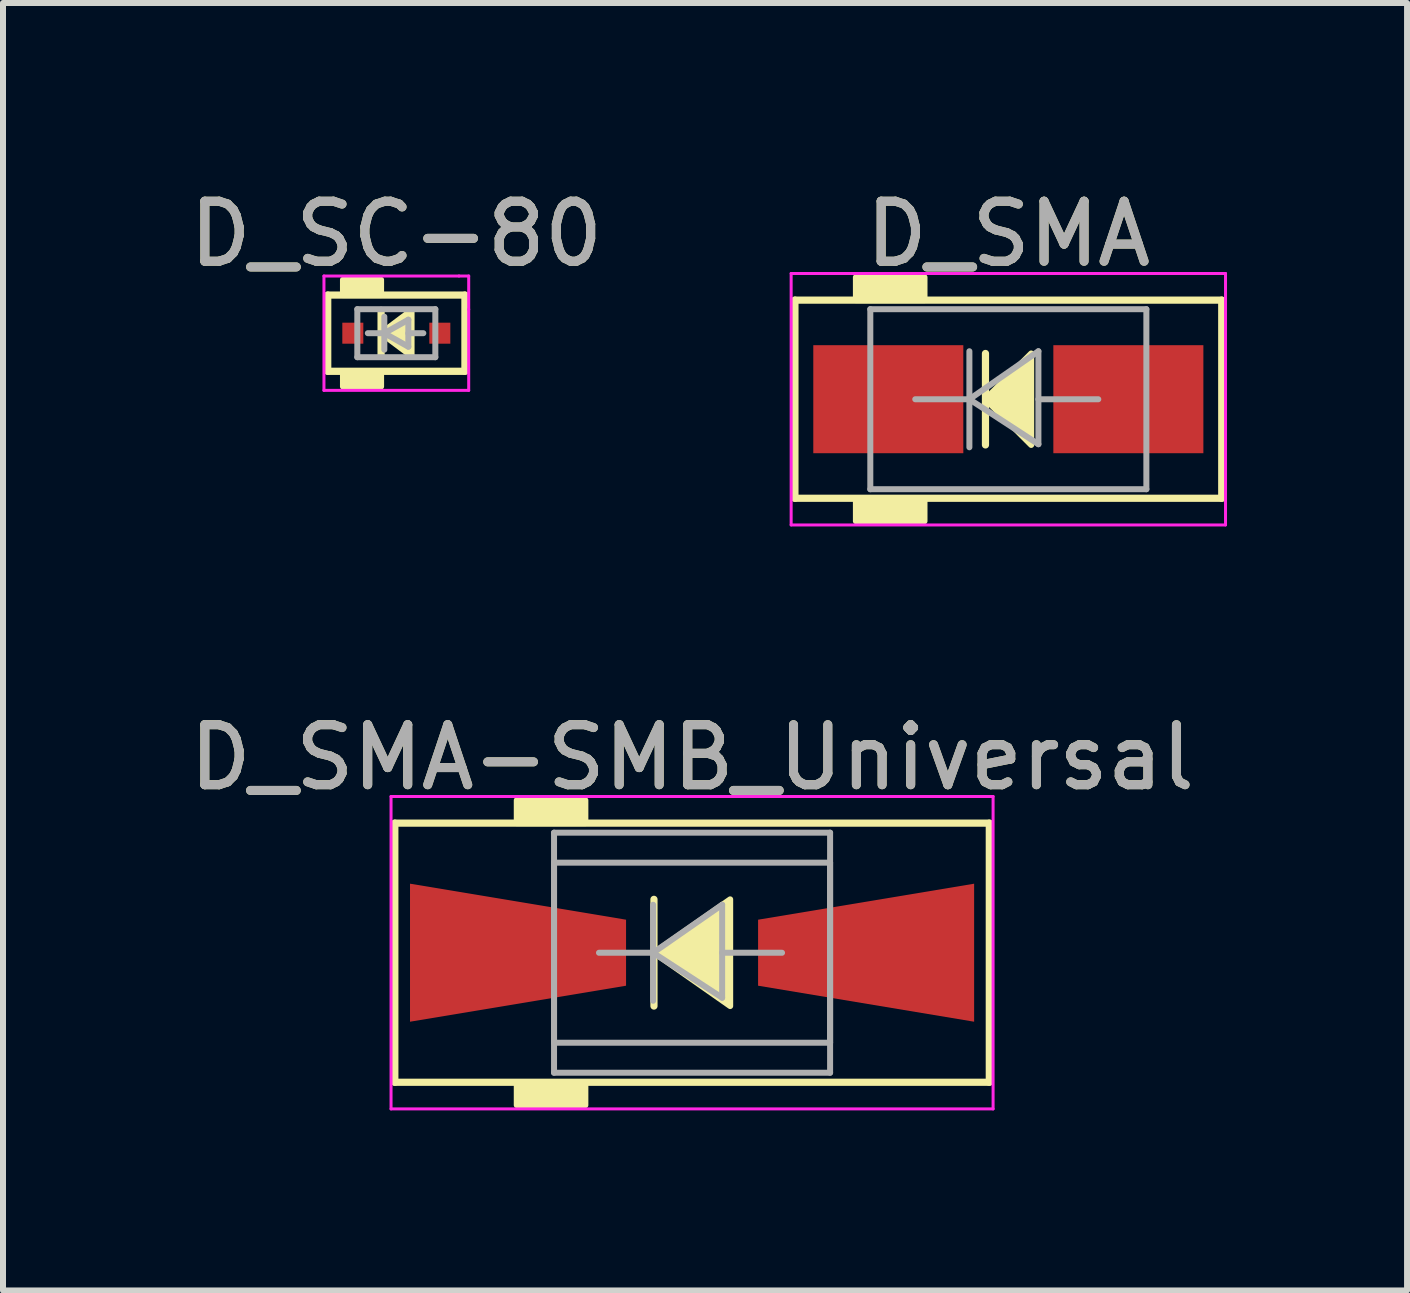
<source format=kicad_pcb>
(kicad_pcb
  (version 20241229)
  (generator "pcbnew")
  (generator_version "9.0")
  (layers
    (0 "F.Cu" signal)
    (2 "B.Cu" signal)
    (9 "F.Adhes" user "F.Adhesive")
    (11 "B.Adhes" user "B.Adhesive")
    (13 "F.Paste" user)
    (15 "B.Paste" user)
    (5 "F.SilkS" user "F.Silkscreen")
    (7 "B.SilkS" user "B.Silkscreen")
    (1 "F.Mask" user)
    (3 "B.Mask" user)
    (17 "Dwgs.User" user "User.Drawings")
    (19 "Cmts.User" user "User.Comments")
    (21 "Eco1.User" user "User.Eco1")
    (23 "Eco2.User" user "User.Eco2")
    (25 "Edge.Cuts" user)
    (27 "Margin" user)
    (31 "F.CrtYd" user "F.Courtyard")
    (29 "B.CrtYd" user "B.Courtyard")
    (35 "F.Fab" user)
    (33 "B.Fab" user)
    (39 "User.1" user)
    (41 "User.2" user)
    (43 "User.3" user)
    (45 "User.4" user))
  (footprint "D_SMA"
    (layer "F.Cu")
    (at 13.752 3.602)
    (property "Reference" "D_SMA" (at 0 -2.754 0) (layer "F.SilkS") (effects (font (size 1 1) (thickness 0.15))))
    (attr smd)
    (fp_line (start -3.556 -1.651) (end -3.556 1.651) (stroke (width 0.12) (type solid)) (layer "F.SilkS"))
    (fp_line (start -3.556 1.651) (end 3.556 1.651) (stroke (width 0.12) (type solid)) (layer "F.SilkS"))
    (fp_line (start -0.381 -0.762) (end -0.381 0.762) (stroke (width 0.12) (type solid)) (layer "F.SilkS"))
    (fp_line (start 3.556 -1.651) (end -3.556 -1.651) (stroke (width 0.12) (type solid)) (layer "F.SilkS"))
    (fp_line (start 3.556 1.651) (end 3.556 -1.651) (stroke (width 0.12) (type solid)) (layer "F.SilkS"))
    (fp_poly (pts (xy 0.381 0.762) (xy -0.381 0) (xy 0.381 -0.762)) (stroke (width 0.1) (type solid)) (fill yes) (layer "F.SilkS"))
    (fp_poly (pts (xy -1.397 -1.651) (xy -2.54 -1.651) (xy -2.54 -2.032) (xy -1.397 -2.032)) (stroke (width 0.1) (type solid)) (fill yes) (layer "F.SilkS"))
    (fp_poly (pts (xy -1.397 2.032) (xy -2.54 2.032) (xy -2.54 1.651) (xy -1.397 1.651)) (stroke (width 0.1) (type solid)) (fill yes) (layer "F.SilkS"))
    (fp_line (start -3.619 -2.095) (end 3.619 -2.095) (stroke (width 0.05) (type solid)) (layer "F.CrtYd"))
    (fp_line (start -3.619 2.095) (end -3.619 -2.095) (stroke (width 0.05) (type solid)) (layer "F.CrtYd"))
    (fp_line (start 3.619 -2.095) (end 3.619 2.095) (stroke (width 0.05) (type solid)) (layer "F.CrtYd"))
    (fp_line (start 3.619 2.095) (end -3.619 2.095) (stroke (width 0.05) (type solid)) (layer "F.CrtYd"))
    (fp_line (start -2.3 1.5) (end -2.3 -1.5) (stroke (width 0.1) (type solid)) (layer "F.Fab"))
    (fp_line (start -0.649 -0.799) (end -0.649 0.801) (stroke (width 0.1) (type solid)) (layer "F.Fab"))
    (fp_line (start -0.649 0.001) (end -1.551 0.001) (stroke (width 0.1) (type solid)) (layer "F.Fab"))
    (fp_line (start -0.649 0.001) (end 0.501 -0.799) (stroke (width 0.1) (type solid)) (layer "F.Fab"))
    (fp_line (start -0.649 0.001) (end 0.501 0.75) (stroke (width 0.1) (type solid)) (layer "F.Fab"))
    (fp_line (start 0.501 0.001) (end 1.499 0.001) (stroke (width 0.1) (type solid)) (layer "F.Fab"))
    (fp_line (start 0.501 0.75) (end 0.501 -0.799) (stroke (width 0.1) (type solid)) (layer "F.Fab"))
    (fp_line (start 2.3 -1.5) (end -2.3 -1.5) (stroke (width 0.1) (type solid)) (layer "F.Fab"))
    (fp_line (start 2.3 -1.5) (end 2.3 1.5) (stroke (width 0.1) (type solid)) (layer "F.Fab"))
    (fp_line (start 2.3 1.5) (end -2.3 1.5) (stroke (width 0.1) (type solid)) (layer "F.Fab"))
    (fp_text user "${REFERENCE}" (at 0 -2.754 0) (layer "F.Fab") (effects (font (size 1 1) (thickness 0.15))))
    (pad "1" smd rect (at -2 0) (size 2.5 1.8) (layers "F.Cu" "F.Mask" "F.Paste"))
    (pad "2" smd rect (at 2 0) (size 2.5 1.8) (layers "F.Cu" "F.Mask" "F.Paste")))
  (footprint "D_SC-80"
    (layer "F.Cu")
    (at 3.554 2.502)
    (property "Reference" "D_SC-80" (at 0 -1.654 0) (layer "F.SilkS") (effects (font (size 1 1) (thickness 0.15))))
    (attr smd)
    (fp_line (start -1.143 -0.635) (end 1.143 -0.635) (stroke (width 0.12) (type solid)) (layer "F.SilkS"))
    (fp_line (start -1.143 0.635) (end -1.143 -0.635) (stroke (width 0.12) (type solid)) (layer "F.SilkS"))
    (fp_line (start -0.254 -0.381) (end -0.254 0.381) (stroke (width 0.12) (type solid)) (layer "F.SilkS"))
    (fp_line (start 1.143 -0.635) (end 1.143 0.635) (stroke (width 0.12) (type solid)) (layer "F.SilkS"))
    (fp_line (start 1.143 0.635) (end -1.143 0.635) (stroke (width 0.12) (type solid)) (layer "F.SilkS"))
    (fp_poly (pts (xy 0.254 0.381) (xy -0.254 0) (xy 0.254 -0.381)) (stroke (width 0.1) (type solid)) (fill yes) (layer "F.SilkS"))
    (fp_poly (pts (xy -0.254 -0.635) (xy -0.889 -0.635) (xy -0.889 -0.889) (xy -0.254 -0.889)) (stroke (width 0.1) (type solid)) (fill yes) (layer "F.SilkS"))
    (fp_poly (pts (xy -0.254 0.889) (xy -0.889 0.889) (xy -0.889 0.635) (xy -0.254 0.635)) (stroke (width 0.1) (type solid)) (fill yes) (layer "F.SilkS"))
    (fp_line (start -1.206 -0.953) (end 1.044 -0.953) (stroke (width 0.05) (type solid)) (layer "F.CrtYd"))
    (fp_line (start -1.206 0.953) (end -1.206 -0.953) (stroke (width 0.05) (type solid)) (layer "F.CrtYd"))
    (fp_line (start 1.044 -0.953) (end 1.206 -0.953) (stroke (width 0.05) (type solid)) (layer "F.CrtYd"))
    (fp_line (start 1.206 -0.953) (end 1.206 -0.395) (stroke (width 0.05) (type solid)) (layer "F.CrtYd"))
    (fp_line (start 1.206 -0.398) (end 1.206 0.953) (stroke (width 0.05) (type solid)) (layer "F.CrtYd"))
    (fp_line (start 1.206 0.953) (end -1.206 0.953) (stroke (width 0.05) (type solid)) (layer "F.CrtYd"))
    (fp_line (start -0.65 -0.4) (end 0.65 -0.4) (stroke (width 0.1) (type solid)) (layer "F.Fab"))
    (fp_line (start -0.65 0.4) (end -0.65 -0.4) (stroke (width 0.1) (type solid)) (layer "F.Fab"))
    (fp_line (start -0.2 -0.275) (end -0.2 0.275) (stroke (width 0.1) (type solid)) (layer "F.Fab"))
    (fp_line (start -0.2 0) (end -0.475 0) (stroke (width 0.1) (type solid)) (layer "F.Fab"))
    (fp_line (start -0.2 0) (end 0.2 -0.225) (stroke (width 0.1) (type solid)) (layer "F.Fab"))
    (fp_line (start 0.2 -0.225) (end 0.2 0.225) (stroke (width 0.1) (type solid)) (layer "F.Fab"))
    (fp_line (start 0.2 0) (end 0.45 0) (stroke (width 0.1) (type solid)) (layer "F.Fab"))
    (fp_line (start 0.2 0.225) (end -0.2 0) (stroke (width 0.1) (type solid)) (layer "F.Fab"))
    (fp_line (start 0.65 -0.4) (end 0.65 0.4) (stroke (width 0.1) (type solid)) (layer "F.Fab"))
    (fp_line (start 0.65 0.4) (end -0.65 0.4) (stroke (width 0.1) (type solid)) (layer "F.Fab"))
    (fp_text user "${REFERENCE}" (at 0 -1.654 0) (layer "F.Fab") (effects (font (size 1 1) (thickness 0.15))))
    (pad "1" smd rect (at -0.725 0) (size 0.35 0.35) (layers "F.Cu" "F.Mask" "F.Paste"))
    (pad "2" smd rect (at 0.725 0) (size 0.35 0.35) (layers "F.Cu" "F.Mask" "F.Paste")))
  (footprint "D_SMA-SMB_Universal"
    (layer "F.Cu")
    (at 8.482 12.825)
    (property "Reference" "D_SMA-SMB_Universal" (at 0 -3.254 0) (layer "F.SilkS") (effects (font (size 1 1) (thickness 0.15))))
    (attr smd)
    (fp_line (start -4.953 -2.159) (end -4.953 2.159) (stroke (width 0.12) (type solid)) (layer "F.SilkS"))
    (fp_line (start -4.953 2.159) (end 4.953 2.159) (stroke (width 0.12) (type solid)) (layer "F.SilkS"))
    (fp_line (start -0.635 -0.889) (end -0.635 0.889) (stroke (width 0.12) (type solid)) (layer "F.SilkS"))
    (fp_line (start 4.953 -2.159) (end -4.953 -2.159) (stroke (width 0.12) (type solid)) (layer "F.SilkS"))
    (fp_line (start 4.953 2.159) (end 4.953 -2.159) (stroke (width 0.12) (type solid)) (layer "F.SilkS"))
    (fp_poly (pts (xy 0.635 0.889) (xy -0.635 0) (xy 0.635 -0.889)) (stroke (width 0.1) (type solid)) (fill yes) (layer "F.SilkS"))
    (fp_poly (pts (xy -1.778 -2.159) (xy -2.921 -2.159) (xy -2.921 -2.54) (xy -1.778 -2.54)) (stroke (width 0.1) (type solid)) (fill yes) (layer "F.SilkS"))
    (fp_poly (pts (xy -1.778 2.54) (xy -2.921 2.54) (xy -2.921 2.159) (xy -1.778 2.159)) (stroke (width 0.1) (type solid)) (fill yes) (layer "F.SilkS"))
    (fp_line (start -5.016 -2.603) (end 5.016 -2.603) (stroke (width 0.05) (type solid)) (layer "F.CrtYd"))
    (fp_line (start -5.016 2.603) (end -5.016 -2.603) (stroke (width 0.05) (type solid)) (layer "F.CrtYd"))
    (fp_line (start 5.016 -2.603) (end 5.016 2.603) (stroke (width 0.05) (type solid)) (layer "F.CrtYd"))
    (fp_line (start 5.016 2.603) (end -5.016 2.603) (stroke (width 0.05) (type solid)) (layer "F.CrtYd"))
    (fp_line (start -2.3 1.5) (end -2.3 -1.5) (stroke (width 0.1) (type solid)) (layer "F.Fab"))
    (fp_line (start -2.3 2) (end -2.3 -2) (stroke (width 0.1) (type solid)) (layer "F.Fab"))
    (fp_line (start -0.649 -0.799) (end -0.649 0.801) (stroke (width 0.1) (type solid)) (layer "F.Fab"))
    (fp_line (start -0.649 0.001) (end -1.551 0.001) (stroke (width 0.1) (type solid)) (layer "F.Fab"))
    (fp_line (start -0.649 0.001) (end 0.501 -0.799) (stroke (width 0.1) (type solid)) (layer "F.Fab"))
    (fp_line (start -0.649 0.001) (end 0.501 0.75) (stroke (width 0.1) (type solid)) (layer "F.Fab"))
    (fp_line (start 0.501 0.001) (end 1.499 0.001) (stroke (width 0.1) (type solid)) (layer "F.Fab"))
    (fp_line (start 0.501 0.75) (end 0.501 -0.799) (stroke (width 0.1) (type solid)) (layer "F.Fab"))
    (fp_line (start 2.3 -2) (end -2.3 -2) (stroke (width 0.1) (type solid)) (layer "F.Fab"))
    (fp_line (start 2.3 -2) (end 2.3 2) (stroke (width 0.1) (type solid)) (layer "F.Fab"))
    (fp_line (start 2.3 -1.5) (end -2.3 -1.5) (stroke (width 0.1) (type solid)) (layer "F.Fab"))
    (fp_line (start 2.3 -1.5) (end 2.3 1.5) (stroke (width 0.1) (type solid)) (layer "F.Fab"))
    (fp_line (start 2.3 1.5) (end -2.3 1.5) (stroke (width 0.1) (type solid)) (layer "F.Fab"))
    (fp_line (start 2.3 2) (end -2.3 2) (stroke (width 0.1) (type solid)) (layer "F.Fab"))
    (fp_text user "${REFERENCE}" (at 0 -3.254 0) (layer "F.Fab") (effects (font (size 1 1) (thickness 0.15))))
    (pad "1" smd trapezoid (at -2.9 0) (size 3.6 1.7) (rect_delta 0.6 0) (layers "F.Cu" "F.Mask" "F.Paste"))
    (pad "2" smd trapezoid (at 2.9 0 180) (size 3.6 1.7) (rect_delta 0.6 0) (layers "F.Cu" "F.Mask" "F.Paste")))
  (gr_rect
    (start -3 -3)
    (end 20.396 18.453)
    (stroke (width 0.1) (type default))
    (fill no)
    (layer "Edge.Cuts")))
</source>
